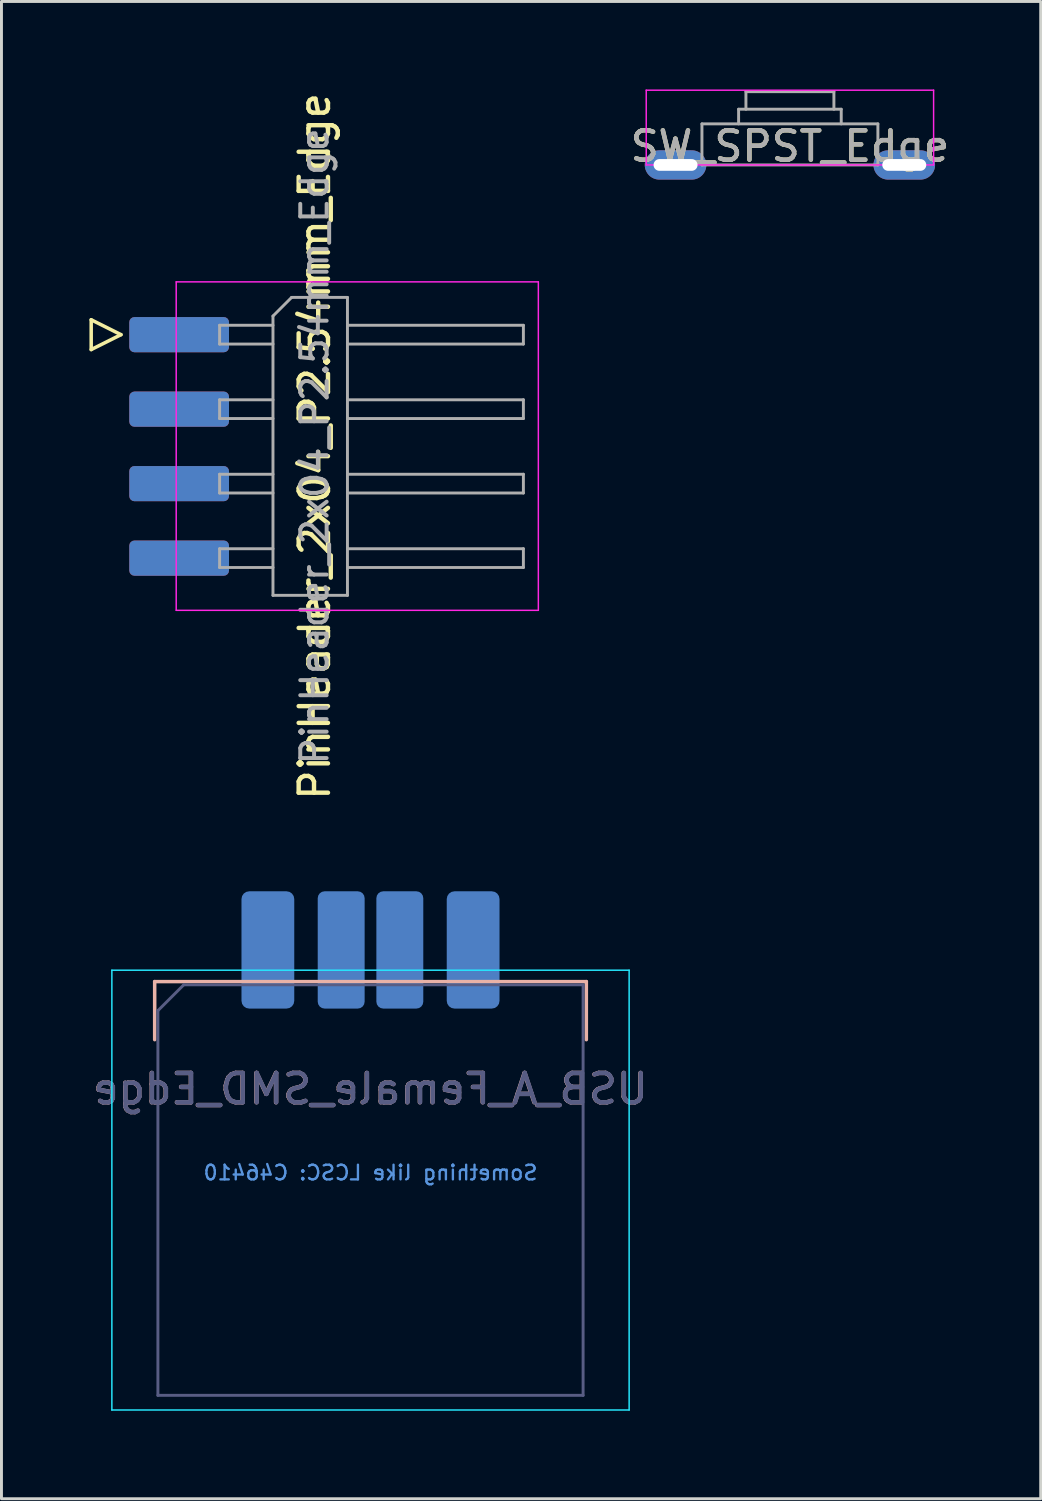
<source format=kicad_pcb>
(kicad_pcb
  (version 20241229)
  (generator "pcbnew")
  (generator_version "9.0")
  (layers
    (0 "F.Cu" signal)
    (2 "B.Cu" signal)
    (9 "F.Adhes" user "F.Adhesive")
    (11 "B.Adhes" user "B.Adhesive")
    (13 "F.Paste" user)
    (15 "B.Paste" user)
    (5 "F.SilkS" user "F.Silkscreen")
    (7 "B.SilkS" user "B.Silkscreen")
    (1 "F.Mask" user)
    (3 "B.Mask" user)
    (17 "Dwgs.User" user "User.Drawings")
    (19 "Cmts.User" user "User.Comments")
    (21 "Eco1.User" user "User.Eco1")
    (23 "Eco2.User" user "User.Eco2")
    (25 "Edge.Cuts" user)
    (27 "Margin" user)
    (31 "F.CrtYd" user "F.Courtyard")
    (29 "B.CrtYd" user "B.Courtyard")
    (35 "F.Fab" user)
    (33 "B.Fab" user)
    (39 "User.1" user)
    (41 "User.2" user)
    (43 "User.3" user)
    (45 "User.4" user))
  (footprint "USB_A_Female_SMD_Edge"
    (layer "F.Cu")
    (at 9.585 31.545)
    (property "Reference" "USB_A_Female_SMD_Edge" (at -0.007 2.54 0) (layer "B.SilkS") (effects (font (size 1 1) (thickness 0.15)) (justify mirror)))
    (attr through_hole)
    (fp_line (start -7.36 -1.12) (end -7.36 0.86) (stroke (width 0.12) (type solid)) (layer "B.SilkS"))
    (fp_line (start -7.36 -1.12) (end 7.36 -1.12) (stroke (width 0.12) (type solid)) (layer "B.SilkS"))
    (fp_line (start 7.36 0.86) (end 7.36 -1.12) (stroke (width 0.12) (type solid)) (layer "B.SilkS"))
    (fp_line (start -8.82 -1.51) (end -8.82 13.49) (stroke (width 0.05) (type solid)) (layer "B.CrtYd"))
    (fp_line (start -8.82 -1.51) (end 8.82 -1.51) (stroke (width 0.05) (type solid)) (layer "B.CrtYd"))
    (fp_line (start 8.82 -1.51) (end 8.82 13.49) (stroke (width 0.05) (type solid)) (layer "B.CrtYd"))
    (fp_line (start 8.82 13.49) (end -8.82 13.49) (stroke (width 0.05) (type solid)) (layer "B.CrtYd"))
    (fp_line (start -7.25 -0.13) (end -7.25 12.99) (stroke (width 0.1) (type solid)) (layer "B.Fab"))
    (fp_line (start -7.25 12.99) (end 7.25 12.99) (stroke (width 0.1) (type solid)) (layer "B.Fab"))
    (fp_line (start -6.37 -1.01) (end -7.25 -0.13) (stroke (width 0.1) (type solid)) (layer "B.Fab"))
    (fp_line (start -6.37 -1.01) (end 7.25 -1.01) (stroke (width 0.1) (type solid)) (layer "B.Fab"))
    (fp_line (start 7.25 -1.01) (end 7.25 12.99) (stroke (width 0.1) (type solid)) (layer "B.Fab"))
    (fp_text user "Something like LCSC: C46410" (at 0 5.397 0) (layer "Cmts.User") (effects (font (size 0.5 0.5) (thickness 0.08)) (justify mirror)))
    (fp_text user "${REFERENCE}" (at 0 2.54 0) (layer "B.Fab") (effects (font (size 1 1) (thickness 0.15)) (justify mirror)))
    (pad "1" smd roundrect (at -3.5 -2.2) (size 1.8 4) (layers "B.Cu" "B.Mask" "B.Paste") (roundrect_rratio 0.147))
    (pad "2" smd roundrect (at -1 -2.2) (size 1.6 4) (layers "B.Cu" "B.Mask" "B.Paste") (roundrect_rratio 0.147))
    (pad "3" smd roundrect (at 1 -2.2) (size 1.6 4) (layers "B.Cu" "B.Mask" "B.Paste") (roundrect_rratio 0.147))
    (pad "4" smd roundrect (at 3.5 -2.2) (size 1.8 4) (layers "B.Cu" "B.Mask" "B.Paste") (roundrect_rratio 0.147)))
  (footprint "PinHeader_2x04_P2.54mm_Edge"
    (layer "F.Cu")
    (at 4.759 8.363)
    (property "Reference" "PinHeader_2x04_P2.54mm_Edge" (at 2.921 3.81 90) (layer "F.SilkS") (effects (font (size 1 1) (thickness 0.15))))
    (attr through_hole)
    (fp_line (start -4.699 -0.508) (end -4.699 0.508) (stroke (width 0.12) (type solid)) (layer "F.SilkS"))
    (fp_line (start -4.699 0.508) (end -3.683 0) (stroke (width 0.12) (type solid)) (layer "F.SilkS"))
    (fp_line (start -3.683 0) (end -4.699 -0.508) (stroke (width 0.12) (type solid)) (layer "F.SilkS"))
    (fp_line (start -1.8 -1.8) (end -1.8 9.4) (stroke (width 0.05) (type solid)) (layer "F.CrtYd"))
    (fp_line (start -1.8 9.4) (end 10.55 9.4) (stroke (width 0.05) (type solid)) (layer "F.CrtYd"))
    (fp_line (start 10.55 -1.8) (end -1.8 -1.8) (stroke (width 0.05) (type solid)) (layer "F.CrtYd"))
    (fp_line (start 10.55 9.4) (end 10.55 -1.8) (stroke (width 0.05) (type solid)) (layer "F.CrtYd"))
    (fp_line (start -0.32 -0.32) (end -0.32 0.32) (stroke (width 0.1) (type solid)) (layer "F.Fab"))
    (fp_line (start -0.32 -0.32) (end 1.5 -0.32) (stroke (width 0.1) (type solid)) (layer "F.Fab"))
    (fp_line (start -0.32 0.32) (end 1.5 0.32) (stroke (width 0.1) (type solid)) (layer "F.Fab"))
    (fp_line (start -0.32 2.22) (end -0.32 2.86) (stroke (width 0.1) (type solid)) (layer "F.Fab"))
    (fp_line (start -0.32 2.22) (end 1.5 2.22) (stroke (width 0.1) (type solid)) (layer "F.Fab"))
    (fp_line (start -0.32 2.86) (end 1.5 2.86) (stroke (width 0.1) (type solid)) (layer "F.Fab"))
    (fp_line (start -0.32 4.76) (end -0.32 5.4) (stroke (width 0.1) (type solid)) (layer "F.Fab"))
    (fp_line (start -0.32 4.76) (end 1.5 4.76) (stroke (width 0.1) (type solid)) (layer "F.Fab"))
    (fp_line (start -0.32 5.4) (end 1.5 5.4) (stroke (width 0.1) (type solid)) (layer "F.Fab"))
    (fp_line (start -0.32 7.3) (end -0.32 7.94) (stroke (width 0.1) (type solid)) (layer "F.Fab"))
    (fp_line (start -0.32 7.3) (end 1.5 7.3) (stroke (width 0.1) (type solid)) (layer "F.Fab"))
    (fp_line (start -0.32 7.94) (end 1.5 7.94) (stroke (width 0.1) (type solid)) (layer "F.Fab"))
    (fp_line (start 1.5 -0.635) (end 2.135 -1.27) (stroke (width 0.1) (type solid)) (layer "F.Fab"))
    (fp_line (start 1.5 8.89) (end 1.5 -0.635) (stroke (width 0.1) (type solid)) (layer "F.Fab"))
    (fp_line (start 2.135 -1.27) (end 4.04 -1.27) (stroke (width 0.1) (type solid)) (layer "F.Fab"))
    (fp_line (start 4.04 -1.27) (end 4.04 8.89) (stroke (width 0.1) (type solid)) (layer "F.Fab"))
    (fp_line (start 4.04 -0.32) (end 10.04 -0.32) (stroke (width 0.1) (type solid)) (layer "F.Fab"))
    (fp_line (start 4.04 0.32) (end 10.04 0.32) (stroke (width 0.1) (type solid)) (layer "F.Fab"))
    (fp_line (start 4.04 2.22) (end 10.04 2.22) (stroke (width 0.1) (type solid)) (layer "F.Fab"))
    (fp_line (start 4.04 2.86) (end 10.04 2.86) (stroke (width 0.1) (type solid)) (layer "F.Fab"))
    (fp_line (start 4.04 4.76) (end 10.04 4.76) (stroke (width 0.1) (type solid)) (layer "F.Fab"))
    (fp_line (start 4.04 5.4) (end 10.04 5.4) (stroke (width 0.1) (type solid)) (layer "F.Fab"))
    (fp_line (start 4.04 7.3) (end 10.04 7.3) (stroke (width 0.1) (type solid)) (layer "F.Fab"))
    (fp_line (start 4.04 7.94) (end 10.04 7.94) (stroke (width 0.1) (type solid)) (layer "F.Fab"))
    (fp_line (start 4.04 8.89) (end 1.5 8.89) (stroke (width 0.1) (type solid)) (layer "F.Fab"))
    (fp_line (start 10.04 -0.32) (end 10.04 0.32) (stroke (width 0.1) (type solid)) (layer "F.Fab"))
    (fp_line (start 10.04 2.22) (end 10.04 2.86) (stroke (width 0.1) (type solid)) (layer "F.Fab"))
    (fp_line (start 10.04 4.76) (end 10.04 5.4) (stroke (width 0.1) (type solid)) (layer "F.Fab"))
    (fp_line (start 10.04 7.3) (end 10.04 7.94) (stroke (width 0.1) (type solid)) (layer "F.Fab"))
    (fp_text user "${REFERENCE}" (at 2.921 3.81 90) (layer "F.Fab") (effects (font (size 0.9 0.9) (thickness 0.135))))
    (pad "1" smd roundrect (at -1.7 0) (size 3.4 1.2) (layers "F.Cu" "F.Mask" "F.Paste") (roundrect_rratio 0.147))
    (pad "2" smd roundrect (at -1.7 0) (size 3.4 1.2) (layers "B.Cu" "B.Mask" "B.Paste") (roundrect_rratio 0.147))
    (pad "3" smd roundrect (at -1.7 2.54) (size 3.4 1.2) (layers "F.Cu" "F.Mask" "F.Paste") (roundrect_rratio 0.147))
    (pad "4" smd roundrect (at -1.7 2.54) (size 3.4 1.2) (layers "B.Cu" "B.Mask" "B.Paste") (roundrect_rratio 0.147))
    (pad "5" smd roundrect (at -1.7 5.08) (size 3.4 1.2) (layers "F.Cu" "F.Mask" "F.Paste") (roundrect_rratio 0.147))
    (pad "6" smd roundrect (at -1.7 5.08) (size 3.4 1.2) (layers "B.Cu" "B.Mask" "B.Paste") (roundrect_rratio 0.147))
    (pad "7" smd roundrect (at -1.7 7.62) (size 3.4 1.2) (layers "F.Cu" "F.Mask" "F.Paste") (roundrect_rratio 0.147))
    (pad "8" smd roundrect (at -1.7 7.62) (size 3.4 1.2) (layers "B.Cu" "B.Mask" "B.Paste") (roundrect_rratio 0.147)))
  (footprint "SW_SPST_Edge"
    (layer "F.Cu")
    (at 23.888 2.575)
    (property "Reference" "SW_SPST_Edge" (at 0 -0.635 0) (layer "F.SilkS") (effects (font (size 1 1) (thickness 0.15))))
    (attr smd)
    (fp_line (start -4.9 -2.55) (end 4.9 -2.55) (stroke (width 0.05) (type solid)) (layer "F.CrtYd"))
    (fp_line (start -4.9 0) (end -4.9 -2.55) (stroke (width 0.05) (type solid)) (layer "F.CrtYd"))
    (fp_line (start 4.9 -2.55) (end 4.9 0) (stroke (width 0.05) (type solid)) (layer "F.CrtYd"))
    (fp_line (start 4.9 0) (end -4.9 0) (stroke (width 0.05) (type solid)) (layer "F.CrtYd"))
    (fp_line (start -3 -1.4) (end -3 0) (stroke (width 0.1) (type solid)) (layer "F.Fab"))
    (fp_line (start -3 -1.4) (end 3 -1.4) (stroke (width 0.1) (type solid)) (layer "F.Fab"))
    (fp_line (start -3 0) (end 3 0) (stroke (width 0.1) (type solid)) (layer "F.Fab"))
    (fp_line (start -1.75 -1.9) (end 1.75 -1.9) (stroke (width 0.1) (type solid)) (layer "F.Fab"))
    (fp_line (start -1.75 -1.4) (end -1.75 -1.9) (stroke (width 0.1) (type solid)) (layer "F.Fab"))
    (fp_line (start -1.5 -2.5) (end 1.5 -2.5) (stroke (width 0.1) (type solid)) (layer "F.Fab"))
    (fp_line (start -1.5 -1.9) (end -1.5 -2.5) (stroke (width 0.1) (type solid)) (layer "F.Fab"))
    (fp_line (start 1.5 -1.9) (end 1.5 -2.5) (stroke (width 0.1) (type solid)) (layer "F.Fab"))
    (fp_line (start 1.75 -1.4) (end 1.75 -1.9) (stroke (width 0.1) (type solid)) (layer "F.Fab"))
    (fp_line (start 3 -1.4) (end 3 0) (stroke (width 0.1) (type solid)) (layer "F.Fab"))
    (fp_text user "${REFERENCE}" (at 0 -0.635 0) (layer "F.Fab") (effects (font (size 1 1) (thickness 0.15))))
    (pad "1" thru_hole oval (at -3.9 0) (size 2.1 1) (drill oval 1.5 0.4) (layers "*.Cu" "*.Mask"))
    (pad "2" thru_hole oval (at 3.9 0) (size 2.1 1) (drill oval 1.5 0.4) (layers "*.Cu" "*.Mask")))
  (gr_rect
    (start -3 -3)
    (end 32.441 48.06)
    (stroke (width 0.1) (type default))
    (fill no)
    (layer "Edge.Cuts")))
</source>
